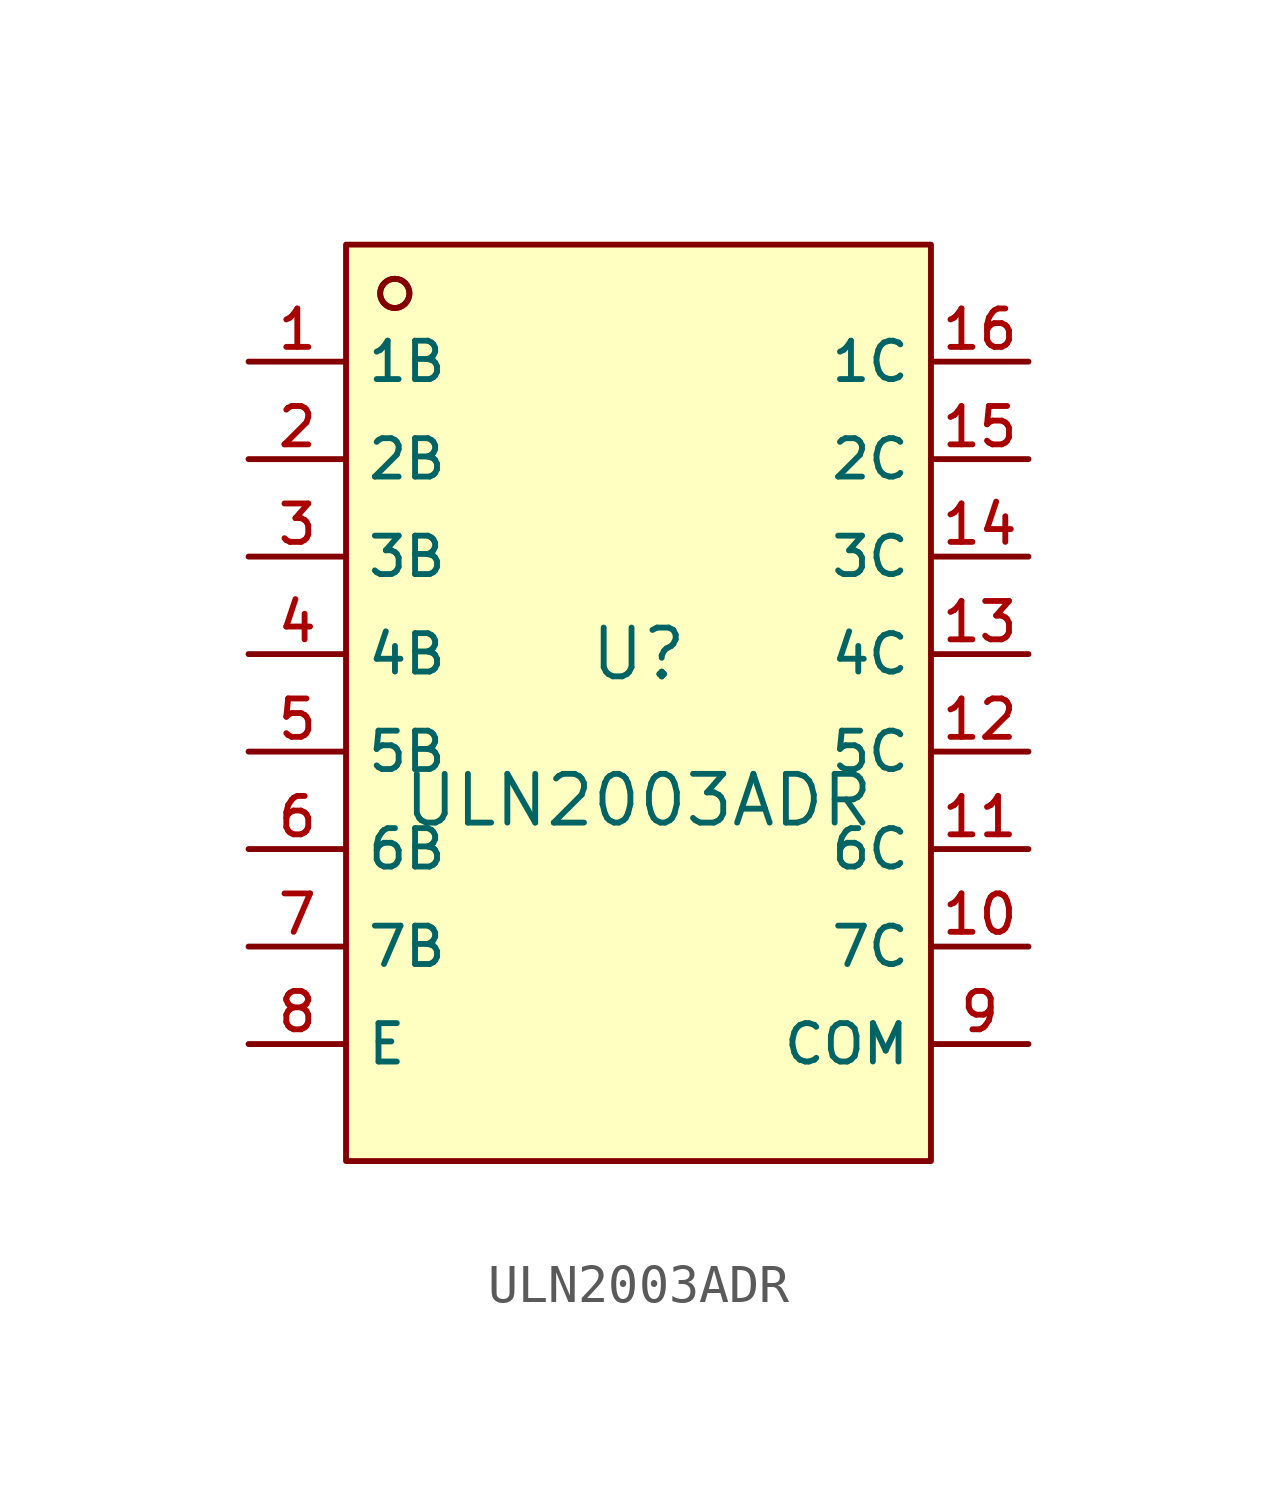
<source format=kicad_sym>
(kicad_symbol_lib
  (version 20210201)
  (generator TousstNicolas/JLC2KiCad_lib)
  (symbol "ULN2003ADR"
    (property "Reference" "U"
      (at 0 1.27 0)
      (effects (font (size 1.27 1.27))))
    (property "Value" "ULN2003ADR"
      (at 0 -2.54 0)
      (effects (font (size 1.27 1.27))))
    (symbol "ULN2003ADR_0_1"
      (circle (center -6.35 10.668) (radius 0.381) (stroke (width 0) (type default) (color 0 0 0 0)) (fill (type background)))
      (rectangle (start -7.62 11.938) (end 7.62 -11.938) (stroke (width 0) (type default) (color 0 0 0 0)) (fill (type background)))
      (circle (center -6.35 10.668) (radius 0.381) (stroke (width 0) (type default) (color 0 0 0 0)) (fill (type background)))
      (pin unspecified line (at -10.16 8.89 0) (length 2.54) (name "1B" (effects (font (size 1 1)))) (number "1" (effects (font (size 1 1)))))
      (pin unspecified line (at -10.16 6.35 0) (length 2.54) (name "2B" (effects (font (size 1 1)))) (number "2" (effects (font (size 1 1)))))
      (pin unspecified line (at -10.16 3.81 0) (length 2.54) (name "3B" (effects (font (size 1 1)))) (number "3" (effects (font (size 1 1)))))
      (pin unspecified line (at -10.16 1.27 0) (length 2.54) (name "4B" (effects (font (size 1 1)))) (number "4" (effects (font (size 1 1)))))
      (pin unspecified line (at -10.16 -1.27 0) (length 2.54) (name "5B" (effects (font (size 1 1)))) (number "5" (effects (font (size 1 1)))))
      (pin unspecified line (at -10.16 -3.81 0) (length 2.54) (name "6B" (effects (font (size 1 1)))) (number "6" (effects (font (size 1 1)))))
      (pin unspecified line (at -10.16 -6.35 0) (length 2.54) (name "7B" (effects (font (size 1 1)))) (number "7" (effects (font (size 1 1)))))
      (pin unspecified line (at -10.16 -8.89 0) (length 2.54) (name "E" (effects (font (size 1 1)))) (number "8" (effects (font (size 1 1)))))
      (pin unspecified line (at 10.16 -8.89 180) (length 2.54) (name "COM" (effects (font (size 1 1)))) (number "9" (effects (font (size 1 1)))))
      (pin unspecified line (at 10.16 -6.35 180) (length 2.54) (name "7C" (effects (font (size 1 1)))) (number "10" (effects (font (size 1 1)))))
      (pin unspecified line (at 10.16 -3.81 180) (length 2.54) (name "6C" (effects (font (size 1 1)))) (number "11" (effects (font (size 1 1)))))
      (pin unspecified line (at 10.16 -1.27 180) (length 2.54) (name "5C" (effects (font (size 1 1)))) (number "12" (effects (font (size 1 1)))))
      (pin unspecified line (at 10.16 1.27 180) (length 2.54) (name "4C" (effects (font (size 1 1)))) (number "13" (effects (font (size 1 1)))))
      (pin unspecified line (at 10.16 3.81 180) (length 2.54) (name "3C" (effects (font (size 1 1)))) (number "14" (effects (font (size 1 1)))))
      (pin unspecified line (at 10.16 6.35 180) (length 2.54) (name "2C" (effects (font (size 1 1)))) (number "15" (effects (font (size 1 1)))))
      (pin unspecified line (at 10.16 8.89 180) (length 2.54) (name "1C" (effects (font (size 1 1)))) (number "16" (effects (font (size 1 1))))))))
</source>
